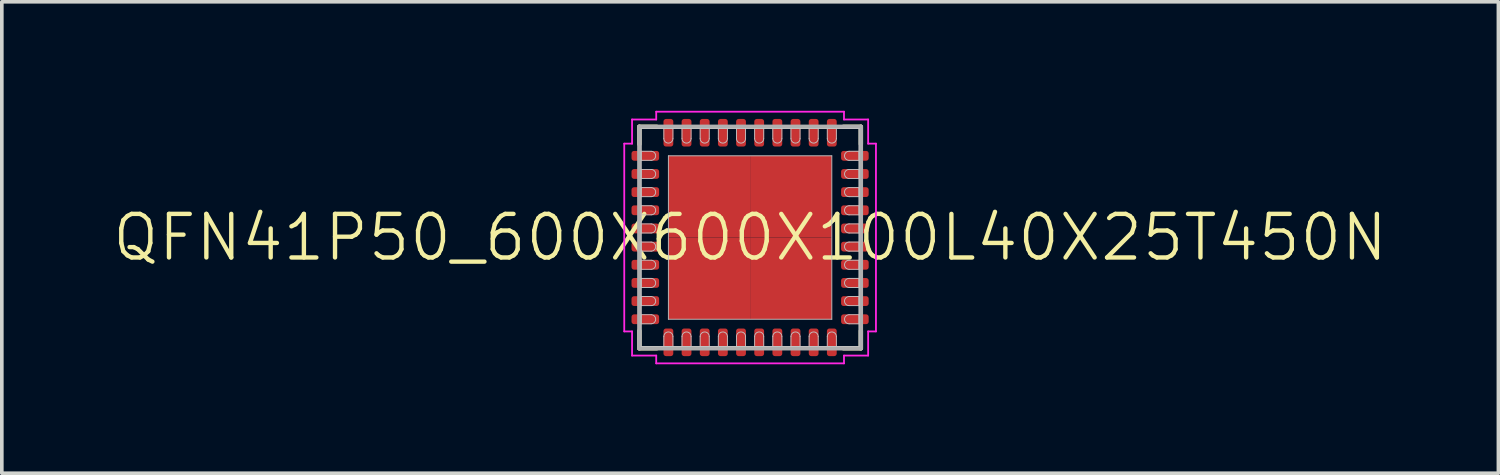
<source format=kicad_pcb>
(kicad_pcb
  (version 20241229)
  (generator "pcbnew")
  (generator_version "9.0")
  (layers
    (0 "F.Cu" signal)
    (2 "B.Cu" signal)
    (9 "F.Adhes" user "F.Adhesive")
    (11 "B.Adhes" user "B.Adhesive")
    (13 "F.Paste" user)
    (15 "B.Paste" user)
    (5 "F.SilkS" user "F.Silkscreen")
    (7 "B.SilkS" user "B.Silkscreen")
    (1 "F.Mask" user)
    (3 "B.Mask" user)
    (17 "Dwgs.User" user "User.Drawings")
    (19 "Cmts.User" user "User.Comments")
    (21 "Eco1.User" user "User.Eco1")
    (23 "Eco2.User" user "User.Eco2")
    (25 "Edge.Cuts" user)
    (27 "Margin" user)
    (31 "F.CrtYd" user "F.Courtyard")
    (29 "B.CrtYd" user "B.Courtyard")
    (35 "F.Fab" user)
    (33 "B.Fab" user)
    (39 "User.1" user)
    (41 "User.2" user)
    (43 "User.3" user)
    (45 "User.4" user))
  (footprint "QFN41P50_600X600X100L40X25T450N"
    (layer "F.Cu")
    (at 17.603 3.49)
    (property "Reference" "QFN41P50_600X600X100L40X25T450N" (at 0 0 0) (layer "F.SilkS") (effects (font (size 1.2 1.2) (thickness 0.12))))
    (attr smd)
    (fp_line (start -3.05 -3.05) (end -3.05 -2.57) (stroke (width 0.12) (type solid)) (layer "F.SilkS"))
    (fp_line (start -3.05 3.05) (end -3.05 2.57) (stroke (width 0.12) (type solid)) (layer "F.SilkS"))
    (fp_line (start -2.57 -3.05) (end -3.05 -3.05) (stroke (width 0.12) (type solid)) (layer "F.SilkS"))
    (fp_line (start -2.57 3.05) (end -3.05 3.05) (stroke (width 0.12) (type solid)) (layer "F.SilkS"))
    (fp_line (start 2.57 -3.05) (end 3.05 -3.05) (stroke (width 0.12) (type solid)) (layer "F.SilkS"))
    (fp_line (start 2.57 3.05) (end 3.05 3.05) (stroke (width 0.12) (type solid)) (layer "F.SilkS"))
    (fp_line (start 3.05 -3.05) (end 3.05 -2.57) (stroke (width 0.12) (type solid)) (layer "F.SilkS"))
    (fp_line (start 3.05 3.05) (end 3.05 2.57) (stroke (width 0.12) (type solid)) (layer "F.SilkS"))
    (fp_line (start -3 -3) (end 3 -3) (stroke (width 0.025) (type solid)) (layer "Dwgs.User"))
    (fp_line (start -3 -2.375) (end -3 -2.125) (stroke (width 0.025) (type solid)) (layer "Dwgs.User"))
    (fp_line (start -3 -2.125) (end -2.725 -2.125) (stroke (width 0.025) (type solid)) (layer "Dwgs.User"))
    (fp_line (start -3 -1.875) (end -3 -1.625) (stroke (width 0.025) (type solid)) (layer "Dwgs.User"))
    (fp_line (start -3 -1.625) (end -2.725 -1.625) (stroke (width 0.025) (type solid)) (layer "Dwgs.User"))
    (fp_line (start -3 -1.375) (end -3 -1.125) (stroke (width 0.025) (type solid)) (layer "Dwgs.User"))
    (fp_line (start -3 -1.125) (end -2.725 -1.125) (stroke (width 0.025) (type solid)) (layer "Dwgs.User"))
    (fp_line (start -3 -0.875) (end -3 -0.625) (stroke (width 0.025) (type solid)) (layer "Dwgs.User"))
    (fp_line (start -3 -0.625) (end -2.725 -0.625) (stroke (width 0.025) (type solid)) (layer "Dwgs.User"))
    (fp_line (start -3 -0.375) (end -3 -0.125) (stroke (width 0.025) (type solid)) (layer "Dwgs.User"))
    (fp_line (start -3 -0.125) (end -2.725 -0.125) (stroke (width 0.025) (type solid)) (layer "Dwgs.User"))
    (fp_line (start -3 0.125) (end -3 0.375) (stroke (width 0.025) (type solid)) (layer "Dwgs.User"))
    (fp_line (start -3 0.375) (end -2.725 0.375) (stroke (width 0.025) (type solid)) (layer "Dwgs.User"))
    (fp_line (start -3 0.625) (end -3 0.875) (stroke (width 0.025) (type solid)) (layer "Dwgs.User"))
    (fp_line (start -3 0.875) (end -2.725 0.875) (stroke (width 0.025) (type solid)) (layer "Dwgs.User"))
    (fp_line (start -3 1.125) (end -3 1.375) (stroke (width 0.025) (type solid)) (layer "Dwgs.User"))
    (fp_line (start -3 1.375) (end -2.725 1.375) (stroke (width 0.025) (type solid)) (layer "Dwgs.User"))
    (fp_line (start -3 1.625) (end -3 1.875) (stroke (width 0.025) (type solid)) (layer "Dwgs.User"))
    (fp_line (start -3 1.875) (end -2.725 1.875) (stroke (width 0.025) (type solid)) (layer "Dwgs.User"))
    (fp_line (start -3 2.125) (end -3 2.375) (stroke (width 0.025) (type solid)) (layer "Dwgs.User"))
    (fp_line (start -3 2.375) (end -2.725 2.375) (stroke (width 0.025) (type solid)) (layer "Dwgs.User"))
    (fp_line (start -3 3) (end -3 -3) (stroke (width 0.025) (type solid)) (layer "Dwgs.User"))
    (fp_line (start -2.725 -2.375) (end -3 -2.375) (stroke (width 0.025) (type solid)) (layer "Dwgs.User"))
    (fp_line (start -2.725 -1.875) (end -3 -1.875) (stroke (width 0.025) (type solid)) (layer "Dwgs.User"))
    (fp_line (start -2.725 -1.375) (end -3 -1.375) (stroke (width 0.025) (type solid)) (layer "Dwgs.User"))
    (fp_line (start -2.725 -0.875) (end -3 -0.875) (stroke (width 0.025) (type solid)) (layer "Dwgs.User"))
    (fp_line (start -2.725 -0.375) (end -3 -0.375) (stroke (width 0.025) (type solid)) (layer "Dwgs.User"))
    (fp_line (start -2.725 0.125) (end -3 0.125) (stroke (width 0.025) (type solid)) (layer "Dwgs.User"))
    (fp_line (start -2.725 0.625) (end -3 0.625) (stroke (width 0.025) (type solid)) (layer "Dwgs.User"))
    (fp_line (start -2.725 1.125) (end -3 1.125) (stroke (width 0.025) (type solid)) (layer "Dwgs.User"))
    (fp_line (start -2.725 1.625) (end -3 1.625) (stroke (width 0.025) (type solid)) (layer "Dwgs.User"))
    (fp_line (start -2.725 2.125) (end -3 2.125) (stroke (width 0.025) (type solid)) (layer "Dwgs.User"))
    (fp_line (start -2.375 -3) (end -2.375 -2.725) (stroke (width 0.025) (type solid)) (layer "Dwgs.User"))
    (fp_line (start -2.375 2.725) (end -2.375 3) (stroke (width 0.025) (type solid)) (layer "Dwgs.User"))
    (fp_line (start -2.375 3) (end -2.125 3) (stroke (width 0.025) (type solid)) (layer "Dwgs.User"))
    (fp_line (start -2.25 -2.25) (end 2.25 -2.25) (stroke (width 0.025) (type solid)) (layer "Dwgs.User"))
    (fp_line (start -2.25 2.25) (end -2.25 -2.25) (stroke (width 0.025) (type solid)) (layer "Dwgs.User"))
    (fp_line (start -2.125 -3) (end -2.375 -3) (stroke (width 0.025) (type solid)) (layer "Dwgs.User"))
    (fp_line (start -2.125 -2.725) (end -2.125 -3) (stroke (width 0.025) (type solid)) (layer "Dwgs.User"))
    (fp_line (start -2.125 3) (end -2.125 2.725) (stroke (width 0.025) (type solid)) (layer "Dwgs.User"))
    (fp_line (start -1.875 -3) (end -1.875 -2.725) (stroke (width 0.025) (type solid)) (layer "Dwgs.User"))
    (fp_line (start -1.875 2.725) (end -1.875 3) (stroke (width 0.025) (type solid)) (layer "Dwgs.User"))
    (fp_line (start -1.875 3) (end -1.625 3) (stroke (width 0.025) (type solid)) (layer "Dwgs.User"))
    (fp_line (start -1.625 -3) (end -1.875 -3) (stroke (width 0.025) (type solid)) (layer "Dwgs.User"))
    (fp_line (start -1.625 -2.725) (end -1.625 -3) (stroke (width 0.025) (type solid)) (layer "Dwgs.User"))
    (fp_line (start -1.625 3) (end -1.625 2.725) (stroke (width 0.025) (type solid)) (layer "Dwgs.User"))
    (fp_line (start -1.375 -3) (end -1.375 -2.725) (stroke (width 0.025) (type solid)) (layer "Dwgs.User"))
    (fp_line (start -1.375 2.725) (end -1.375 3) (stroke (width 0.025) (type solid)) (layer "Dwgs.User"))
    (fp_line (start -1.375 3) (end -1.125 3) (stroke (width 0.025) (type solid)) (layer "Dwgs.User"))
    (fp_line (start -1.125 -3) (end -1.375 -3) (stroke (width 0.025) (type solid)) (layer "Dwgs.User"))
    (fp_line (start -1.125 -2.725) (end -1.125 -3) (stroke (width 0.025) (type solid)) (layer "Dwgs.User"))
    (fp_line (start -1.125 3) (end -1.125 2.725) (stroke (width 0.025) (type solid)) (layer "Dwgs.User"))
    (fp_line (start -0.875 -3) (end -0.875 -2.725) (stroke (width 0.025) (type solid)) (layer "Dwgs.User"))
    (fp_line (start -0.875 2.725) (end -0.875 3) (stroke (width 0.025) (type solid)) (layer "Dwgs.User"))
    (fp_line (start -0.875 3) (end -0.625 3) (stroke (width 0.025) (type solid)) (layer "Dwgs.User"))
    (fp_line (start -0.625 -3) (end -0.875 -3) (stroke (width 0.025) (type solid)) (layer "Dwgs.User"))
    (fp_line (start -0.625 -2.725) (end -0.625 -3) (stroke (width 0.025) (type solid)) (layer "Dwgs.User"))
    (fp_line (start -0.625 3) (end -0.625 2.725) (stroke (width 0.025) (type solid)) (layer "Dwgs.User"))
    (fp_line (start -0.375 -3) (end -0.375 -2.725) (stroke (width 0.025) (type solid)) (layer "Dwgs.User"))
    (fp_line (start -0.375 2.725) (end -0.375 3) (stroke (width 0.025) (type solid)) (layer "Dwgs.User"))
    (fp_line (start -0.375 3) (end -0.125 3) (stroke (width 0.025) (type solid)) (layer "Dwgs.User"))
    (fp_line (start -0.125 -3) (end -0.375 -3) (stroke (width 0.025) (type solid)) (layer "Dwgs.User"))
    (fp_line (start -0.125 -2.725) (end -0.125 -3) (stroke (width 0.025) (type solid)) (layer "Dwgs.User"))
    (fp_line (start -0.125 3) (end -0.125 2.725) (stroke (width 0.025) (type solid)) (layer "Dwgs.User"))
    (fp_line (start 0.125 -3) (end 0.125 -2.725) (stroke (width 0.025) (type solid)) (layer "Dwgs.User"))
    (fp_line (start 0.125 2.725) (end 0.125 3) (stroke (width 0.025) (type solid)) (layer "Dwgs.User"))
    (fp_line (start 0.125 3) (end 0.375 3) (stroke (width 0.025) (type solid)) (layer "Dwgs.User"))
    (fp_line (start 0.375 -3) (end 0.125 -3) (stroke (width 0.025) (type solid)) (layer "Dwgs.User"))
    (fp_line (start 0.375 -2.725) (end 0.375 -3) (stroke (width 0.025) (type solid)) (layer "Dwgs.User"))
    (fp_line (start 0.375 3) (end 0.375 2.725) (stroke (width 0.025) (type solid)) (layer "Dwgs.User"))
    (fp_line (start 0.625 -3) (end 0.625 -2.725) (stroke (width 0.025) (type solid)) (layer "Dwgs.User"))
    (fp_line (start 0.625 2.725) (end 0.625 3) (stroke (width 0.025) (type solid)) (layer "Dwgs.User"))
    (fp_line (start 0.625 3) (end 0.875 3) (stroke (width 0.025) (type solid)) (layer "Dwgs.User"))
    (fp_line (start 0.875 -3) (end 0.625 -3) (stroke (width 0.025) (type solid)) (layer "Dwgs.User"))
    (fp_line (start 0.875 -2.725) (end 0.875 -3) (stroke (width 0.025) (type solid)) (layer "Dwgs.User"))
    (fp_line (start 0.875 3) (end 0.875 2.725) (stroke (width 0.025) (type solid)) (layer "Dwgs.User"))
    (fp_line (start 1.125 -3) (end 1.125 -2.725) (stroke (width 0.025) (type solid)) (layer "Dwgs.User"))
    (fp_line (start 1.125 2.725) (end 1.125 3) (stroke (width 0.025) (type solid)) (layer "Dwgs.User"))
    (fp_line (start 1.125 3) (end 1.375 3) (stroke (width 0.025) (type solid)) (layer "Dwgs.User"))
    (fp_line (start 1.375 -3) (end 1.125 -3) (stroke (width 0.025) (type solid)) (layer "Dwgs.User"))
    (fp_line (start 1.375 -2.725) (end 1.375 -3) (stroke (width 0.025) (type solid)) (layer "Dwgs.User"))
    (fp_line (start 1.375 3) (end 1.375 2.725) (stroke (width 0.025) (type solid)) (layer "Dwgs.User"))
    (fp_line (start 1.625 -3) (end 1.625 -2.725) (stroke (width 0.025) (type solid)) (layer "Dwgs.User"))
    (fp_line (start 1.625 2.725) (end 1.625 3) (stroke (width 0.025) (type solid)) (layer "Dwgs.User"))
    (fp_line (start 1.625 3) (end 1.875 3) (stroke (width 0.025) (type solid)) (layer "Dwgs.User"))
    (fp_line (start 1.875 -3) (end 1.625 -3) (stroke (width 0.025) (type solid)) (layer "Dwgs.User"))
    (fp_line (start 1.875 -2.725) (end 1.875 -3) (stroke (width 0.025) (type solid)) (layer "Dwgs.User"))
    (fp_line (start 1.875 3) (end 1.875 2.725) (stroke (width 0.025) (type solid)) (layer "Dwgs.User"))
    (fp_line (start 2.125 -3) (end 2.125 -2.725) (stroke (width 0.025) (type solid)) (layer "Dwgs.User"))
    (fp_line (start 2.125 2.725) (end 2.125 3) (stroke (width 0.025) (type solid)) (layer "Dwgs.User"))
    (fp_line (start 2.125 3) (end 2.375 3) (stroke (width 0.025) (type solid)) (layer "Dwgs.User"))
    (fp_line (start 2.25 -2.25) (end 2.25 2.25) (stroke (width 0.025) (type solid)) (layer "Dwgs.User"))
    (fp_line (start 2.25 2.25) (end -2.25 2.25) (stroke (width 0.025) (type solid)) (layer "Dwgs.User"))
    (fp_line (start 2.375 -3) (end 2.125 -3) (stroke (width 0.025) (type solid)) (layer "Dwgs.User"))
    (fp_line (start 2.375 -2.725) (end 2.375 -3) (stroke (width 0.025) (type solid)) (layer "Dwgs.User"))
    (fp_line (start 2.375 3) (end 2.375 2.725) (stroke (width 0.025) (type solid)) (layer "Dwgs.User"))
    (fp_line (start 2.725 -2.125) (end 3 -2.125) (stroke (width 0.025) (type solid)) (layer "Dwgs.User"))
    (fp_line (start 2.725 -1.625) (end 3 -1.625) (stroke (width 0.025) (type solid)) (layer "Dwgs.User"))
    (fp_line (start 2.725 -1.125) (end 3 -1.125) (stroke (width 0.025) (type solid)) (layer "Dwgs.User"))
    (fp_line (start 2.725 -0.625) (end 3 -0.625) (stroke (width 0.025) (type solid)) (layer "Dwgs.User"))
    (fp_line (start 2.725 -0.125) (end 3 -0.125) (stroke (width 0.025) (type solid)) (layer "Dwgs.User"))
    (fp_line (start 2.725 0.375) (end 3 0.375) (stroke (width 0.025) (type solid)) (layer "Dwgs.User"))
    (fp_line (start 2.725 0.875) (end 3 0.875) (stroke (width 0.025) (type solid)) (layer "Dwgs.User"))
    (fp_line (start 2.725 1.375) (end 3 1.375) (stroke (width 0.025) (type solid)) (layer "Dwgs.User"))
    (fp_line (start 2.725 1.875) (end 3 1.875) (stroke (width 0.025) (type solid)) (layer "Dwgs.User"))
    (fp_line (start 2.725 2.375) (end 3 2.375) (stroke (width 0.025) (type solid)) (layer "Dwgs.User"))
    (fp_line (start 3 -3) (end 3 3) (stroke (width 0.025) (type solid)) (layer "Dwgs.User"))
    (fp_line (start 3 -2.375) (end 2.725 -2.375) (stroke (width 0.025) (type solid)) (layer "Dwgs.User"))
    (fp_line (start 3 -2.125) (end 3 -2.375) (stroke (width 0.025) (type solid)) (layer "Dwgs.User"))
    (fp_line (start 3 -1.875) (end 2.725 -1.875) (stroke (width 0.025) (type solid)) (layer "Dwgs.User"))
    (fp_line (start 3 -1.625) (end 3 -1.875) (stroke (width 0.025) (type solid)) (layer "Dwgs.User"))
    (fp_line (start 3 -1.375) (end 2.725 -1.375) (stroke (width 0.025) (type solid)) (layer "Dwgs.User"))
    (fp_line (start 3 -1.125) (end 3 -1.375) (stroke (width 0.025) (type solid)) (layer "Dwgs.User"))
    (fp_line (start 3 -0.875) (end 2.725 -0.875) (stroke (width 0.025) (type solid)) (layer "Dwgs.User"))
    (fp_line (start 3 -0.625) (end 3 -0.875) (stroke (width 0.025) (type solid)) (layer "Dwgs.User"))
    (fp_line (start 3 -0.375) (end 2.725 -0.375) (stroke (width 0.025) (type solid)) (layer "Dwgs.User"))
    (fp_line (start 3 -0.125) (end 3 -0.375) (stroke (width 0.025) (type solid)) (layer "Dwgs.User"))
    (fp_line (start 3 0.125) (end 2.725 0.125) (stroke (width 0.025) (type solid)) (layer "Dwgs.User"))
    (fp_line (start 3 0.375) (end 3 0.125) (stroke (width 0.025) (type solid)) (layer "Dwgs.User"))
    (fp_line (start 3 0.625) (end 2.725 0.625) (stroke (width 0.025) (type solid)) (layer "Dwgs.User"))
    (fp_line (start 3 0.875) (end 3 0.625) (stroke (width 0.025) (type solid)) (layer "Dwgs.User"))
    (fp_line (start 3 1.125) (end 2.725 1.125) (stroke (width 0.025) (type solid)) (layer "Dwgs.User"))
    (fp_line (start 3 1.375) (end 3 1.125) (stroke (width 0.025) (type solid)) (layer "Dwgs.User"))
    (fp_line (start 3 1.625) (end 2.725 1.625) (stroke (width 0.025) (type solid)) (layer "Dwgs.User"))
    (fp_line (start 3 1.875) (end 3 1.625) (stroke (width 0.025) (type solid)) (layer "Dwgs.User"))
    (fp_line (start 3 2.125) (end 2.725 2.125) (stroke (width 0.025) (type solid)) (layer "Dwgs.User"))
    (fp_line (start 3 2.375) (end 3 2.125) (stroke (width 0.025) (type solid)) (layer "Dwgs.User"))
    (fp_line (start 3 3) (end -3 3) (stroke (width 0.025) (type solid)) (layer "Dwgs.User"))
    (fp_arc (start -2.725 -2.375) (mid -2.6 -2.25) (end -2.725 -2.125) (stroke (width 0.025) (type solid)) (layer "Dwgs.User"))
    (fp_arc (start -2.725 -1.875) (mid -2.6 -1.75) (end -2.725 -1.625) (stroke (width 0.025) (type solid)) (layer "Dwgs.User"))
    (fp_arc (start -2.725 -1.375) (mid -2.6 -1.25) (end -2.725 -1.125) (stroke (width 0.025) (type solid)) (layer "Dwgs.User"))
    (fp_arc (start -2.725 -0.875) (mid -2.6 -0.75) (end -2.725 -0.625) (stroke (width 0.025) (type solid)) (layer "Dwgs.User"))
    (fp_arc (start -2.725 -0.375) (mid -2.6 -0.25) (end -2.725 -0.125) (stroke (width 0.025) (type solid)) (layer "Dwgs.User"))
    (fp_arc (start -2.725 0.125) (mid -2.6 0.25) (end -2.725 0.375) (stroke (width 0.025) (type solid)) (layer "Dwgs.User"))
    (fp_arc (start -2.725 0.625) (mid -2.6 0.75) (end -2.725 0.875) (stroke (width 0.025) (type solid)) (layer "Dwgs.User"))
    (fp_arc (start -2.725 1.125) (mid -2.6 1.25) (end -2.725 1.375) (stroke (width 0.025) (type solid)) (layer "Dwgs.User"))
    (fp_arc (start -2.725 1.625) (mid -2.6 1.75) (end -2.725 1.875) (stroke (width 0.025) (type solid)) (layer "Dwgs.User"))
    (fp_arc (start -2.725 2.125) (mid -2.6 2.25) (end -2.725 2.375) (stroke (width 0.025) (type solid)) (layer "Dwgs.User"))
    (fp_arc (start -2.375 2.725) (mid -2.25 2.6) (end -2.125 2.725) (stroke (width 0.025) (type solid)) (layer "Dwgs.User"))
    (fp_arc (start -2.125 -2.725) (mid -2.25 -2.6) (end -2.375 -2.725) (stroke (width 0.025) (type solid)) (layer "Dwgs.User"))
    (fp_arc (start -1.875 2.725) (mid -1.75 2.6) (end -1.625 2.725) (stroke (width 0.025) (type solid)) (layer "Dwgs.User"))
    (fp_arc (start -1.625 -2.725) (mid -1.75 -2.6) (end -1.875 -2.725) (stroke (width 0.025) (type solid)) (layer "Dwgs.User"))
    (fp_arc (start -1.375 2.725) (mid -1.25 2.6) (end -1.125 2.725) (stroke (width 0.025) (type solid)) (layer "Dwgs.User"))
    (fp_arc (start -1.125 -2.725) (mid -1.25 -2.6) (end -1.375 -2.725) (stroke (width 0.025) (type solid)) (layer "Dwgs.User"))
    (fp_arc (start -0.875 2.725) (mid -0.75 2.6) (end -0.625 2.725) (stroke (width 0.025) (type solid)) (layer "Dwgs.User"))
    (fp_arc (start -0.625 -2.725) (mid -0.75 -2.6) (end -0.875 -2.725) (stroke (width 0.025) (type solid)) (layer "Dwgs.User"))
    (fp_arc (start -0.375 2.725) (mid -0.25 2.6) (end -0.125 2.725) (stroke (width 0.025) (type solid)) (layer "Dwgs.User"))
    (fp_arc (start -0.125 -2.725) (mid -0.25 -2.6) (end -0.375 -2.725) (stroke (width 0.025) (type solid)) (layer "Dwgs.User"))
    (fp_arc (start 0.125 2.725) (mid 0.25 2.6) (end 0.375 2.725) (stroke (width 0.025) (type solid)) (layer "Dwgs.User"))
    (fp_arc (start 0.375 -2.725) (mid 0.25 -2.6) (end 0.125 -2.725) (stroke (width 0.025) (type solid)) (layer "Dwgs.User"))
    (fp_arc (start 0.625 2.725) (mid 0.75 2.6) (end 0.875 2.725) (stroke (width 0.025) (type solid)) (layer "Dwgs.User"))
    (fp_arc (start 0.875 -2.725) (mid 0.75 -2.6) (end 0.625 -2.725) (stroke (width 0.025) (type solid)) (layer "Dwgs.User"))
    (fp_arc (start 1.125 2.725) (mid 1.25 2.6) (end 1.375 2.725) (stroke (width 0.025) (type solid)) (layer "Dwgs.User"))
    (fp_arc (start 1.375 -2.725) (mid 1.25 -2.6) (end 1.125 -2.725) (stroke (width 0.025) (type solid)) (layer "Dwgs.User"))
    (fp_arc (start 1.625 2.725) (mid 1.75 2.6) (end 1.875 2.725) (stroke (width 0.025) (type solid)) (layer "Dwgs.User"))
    (fp_arc (start 1.875 -2.725) (mid 1.75 -2.6) (end 1.625 -2.725) (stroke (width 0.025) (type solid)) (layer "Dwgs.User"))
    (fp_arc (start 2.125 2.725) (mid 2.25 2.6) (end 2.375 2.725) (stroke (width 0.025) (type solid)) (layer "Dwgs.User"))
    (fp_arc (start 2.375 -2.725) (mid 2.25 -2.6) (end 2.125 -2.725) (stroke (width 0.025) (type solid)) (layer "Dwgs.User"))
    (fp_arc (start 2.725 -2.125) (mid 2.6 -2.25) (end 2.725 -2.375) (stroke (width 0.025) (type solid)) (layer "Dwgs.User"))
    (fp_arc (start 2.725 -1.625) (mid 2.6 -1.75) (end 2.725 -1.875) (stroke (width 0.025) (type solid)) (layer "Dwgs.User"))
    (fp_arc (start 2.725 -1.125) (mid 2.6 -1.25) (end 2.725 -1.375) (stroke (width 0.025) (type solid)) (layer "Dwgs.User"))
    (fp_arc (start 2.725 -0.625) (mid 2.6 -0.75) (end 2.725 -0.875) (stroke (width 0.025) (type solid)) (layer "Dwgs.User"))
    (fp_arc (start 2.725 -0.125) (mid 2.6 -0.25) (end 2.725 -0.375) (stroke (width 0.025) (type solid)) (layer "Dwgs.User"))
    (fp_arc (start 2.725 0.375) (mid 2.6 0.25) (end 2.725 0.125) (stroke (width 0.025) (type solid)) (layer "Dwgs.User"))
    (fp_arc (start 2.725 0.875) (mid 2.6 0.75) (end 2.725 0.625) (stroke (width 0.025) (type solid)) (layer "Dwgs.User"))
    (fp_arc (start 2.725 1.375) (mid 2.6 1.25) (end 2.725 1.125) (stroke (width 0.025) (type solid)) (layer "Dwgs.User"))
    (fp_arc (start 2.725 1.875) (mid 2.6 1.75) (end 2.725 1.625) (stroke (width 0.025) (type solid)) (layer "Dwgs.User"))
    (fp_arc (start 2.725 2.375) (mid 2.6 2.25) (end 2.725 2.125) (stroke (width 0.025) (type solid)) (layer "Dwgs.User"))
    (fp_line (start -3.465 -2.585) (end -3.465 2.585) (stroke (width 0.05) (type solid)) (layer "F.CrtYd"))
    (fp_line (start -3.465 2.585) (end -3.25 2.585) (stroke (width 0.05) (type solid)) (layer "F.CrtYd"))
    (fp_line (start -3.25 -3.25) (end -3.25 -2.585) (stroke (width 0.05) (type solid)) (layer "F.CrtYd"))
    (fp_line (start -3.25 -2.585) (end -3.465 -2.585) (stroke (width 0.05) (type solid)) (layer "F.CrtYd"))
    (fp_line (start -3.25 2.585) (end -3.25 3.25) (stroke (width 0.05) (type solid)) (layer "F.CrtYd"))
    (fp_line (start -3.25 3.25) (end -2.585 3.25) (stroke (width 0.05) (type solid)) (layer "F.CrtYd"))
    (fp_line (start -2.585 -3.465) (end -2.585 -3.25) (stroke (width 0.05) (type solid)) (layer "F.CrtYd"))
    (fp_line (start -2.585 -3.25) (end -3.25 -3.25) (stroke (width 0.05) (type solid)) (layer "F.CrtYd"))
    (fp_line (start -2.585 3.25) (end -2.585 3.465) (stroke (width 0.05) (type solid)) (layer "F.CrtYd"))
    (fp_line (start -2.585 3.465) (end 2.585 3.465) (stroke (width 0.05) (type solid)) (layer "F.CrtYd"))
    (fp_line (start 2.585 -3.465) (end -2.585 -3.465) (stroke (width 0.05) (type solid)) (layer "F.CrtYd"))
    (fp_line (start 2.585 -3.25) (end 2.585 -3.465) (stroke (width 0.05) (type solid)) (layer "F.CrtYd"))
    (fp_line (start 2.585 3.25) (end 3.25 3.25) (stroke (width 0.05) (type solid)) (layer "F.CrtYd"))
    (fp_line (start 2.585 3.465) (end 2.585 3.25) (stroke (width 0.05) (type solid)) (layer "F.CrtYd"))
    (fp_line (start 3.25 -3.25) (end 2.585 -3.25) (stroke (width 0.05) (type solid)) (layer "F.CrtYd"))
    (fp_line (start 3.25 -2.585) (end 3.25 -3.25) (stroke (width 0.05) (type solid)) (layer "F.CrtYd"))
    (fp_line (start 3.25 2.585) (end 3.465 2.585) (stroke (width 0.05) (type solid)) (layer "F.CrtYd"))
    (fp_line (start 3.25 3.25) (end 3.25 2.585) (stroke (width 0.05) (type solid)) (layer "F.CrtYd"))
    (fp_line (start 3.465 -2.585) (end 3.25 -2.585) (stroke (width 0.05) (type solid)) (layer "F.CrtYd"))
    (fp_line (start 3.465 2.585) (end 3.465 -2.585) (stroke (width 0.05) (type solid)) (layer "F.CrtYd"))
    (fp_line (start -3.05 -3.05) (end 3.05 -3.05) (stroke (width 0.12) (type solid)) (layer "F.Fab"))
    (fp_line (start -3.05 3.05) (end -3.05 -3.05) (stroke (width 0.12) (type solid)) (layer "F.Fab"))
    (fp_line (start 3.05 -3.05) (end 3.05 3.05) (stroke (width 0.12) (type solid)) (layer "F.Fab"))
    (fp_line (start 3.05 3.05) (end -3.05 3.05) (stroke (width 0.12) (type solid)) (layer "F.Fab"))
    (pad "" smd rect (at -1.125 -1.125 90) (size 1.59 1.59) (layers "F.Paste"))
    (pad "" smd rect (at -1.125 1.125 90) (size 1.59 1.59) (layers "F.Paste"))
    (pad "" smd rect (at 1.125 -1.125 90) (size 1.59 1.59) (layers "F.Paste"))
    (pad "" smd rect (at 1.125 1.125 90) (size 1.59 1.59) (layers "F.Paste"))
    (pad "1" smd roundrect (at -2.25 2.885 90) (size 0.76 0.27) (layers "F.Cu" "F.Mask" "F.Paste") (roundrect_rratio 0.259))
    (pad "2" smd roundrect (at -1.75 2.885 90) (size 0.76 0.27) (layers "F.Cu" "F.Mask" "F.Paste") (roundrect_rratio 0.259))
    (pad "3" smd roundrect (at -1.25 2.885 90) (size 0.76 0.27) (layers "F.Cu" "F.Mask" "F.Paste") (roundrect_rratio 0.259))
    (pad "4" smd roundrect (at -0.75 2.885 90) (size 0.76 0.27) (layers "F.Cu" "F.Mask" "F.Paste") (roundrect_rratio 0.259))
    (pad "5" smd roundrect (at -0.25 2.885 90) (size 0.76 0.27) (layers "F.Cu" "F.Mask" "F.Paste") (roundrect_rratio 0.259))
    (pad "6" smd roundrect (at 0.25 2.885 90) (size 0.76 0.27) (layers "F.Cu" "F.Mask" "F.Paste") (roundrect_rratio 0.259))
    (pad "7" smd roundrect (at 0.75 2.885 90) (size 0.76 0.27) (layers "F.Cu" "F.Mask" "F.Paste") (roundrect_rratio 0.259))
    (pad "8" smd roundrect (at 1.25 2.885 90) (size 0.76 0.27) (layers "F.Cu" "F.Mask" "F.Paste") (roundrect_rratio 0.259))
    (pad "9" smd roundrect (at 1.75 2.885 90) (size 0.76 0.27) (layers "F.Cu" "F.Mask" "F.Paste") (roundrect_rratio 0.259))
    (pad "10" smd roundrect (at 2.25 2.885 90) (size 0.76 0.27) (layers "F.Cu" "F.Mask" "F.Paste") (roundrect_rratio 0.259))
    (pad "11" smd roundrect (at 2.885 2.25) (size 0.76 0.27) (layers "F.Cu" "F.Mask" "F.Paste") (roundrect_rratio 0.259))
    (pad "12" smd roundrect (at 2.885 1.75) (size 0.76 0.27) (layers "F.Cu" "F.Mask" "F.Paste") (roundrect_rratio 0.259))
    (pad "13" smd roundrect (at 2.885 1.25) (size 0.76 0.27) (layers "F.Cu" "F.Mask" "F.Paste") (roundrect_rratio 0.259))
    (pad "14" smd roundrect (at 2.885 0.75) (size 0.76 0.27) (layers "F.Cu" "F.Mask" "F.Paste") (roundrect_rratio 0.259))
    (pad "15" smd roundrect (at 2.885 0.25) (size 0.76 0.27) (layers "F.Cu" "F.Mask" "F.Paste") (roundrect_rratio 0.259))
    (pad "16" smd roundrect (at 2.885 -0.25) (size 0.76 0.27) (layers "F.Cu" "F.Mask" "F.Paste") (roundrect_rratio 0.259))
    (pad "17" smd roundrect (at 2.885 -0.75) (size 0.76 0.27) (layers "F.Cu" "F.Mask" "F.Paste") (roundrect_rratio 0.259))
    (pad "18" smd roundrect (at 2.885 -1.25) (size 0.76 0.27) (layers "F.Cu" "F.Mask" "F.Paste") (roundrect_rratio 0.259))
    (pad "19" smd roundrect (at 2.885 -1.75) (size 0.76 0.27) (layers "F.Cu" "F.Mask" "F.Paste") (roundrect_rratio 0.259))
    (pad "20" smd roundrect (at 2.885 -2.25) (size 0.76 0.27) (layers "F.Cu" "F.Mask" "F.Paste") (roundrect_rratio 0.259))
    (pad "21" smd roundrect (at 2.25 -2.885 90) (size 0.76 0.27) (layers "F.Cu" "F.Mask" "F.Paste") (roundrect_rratio 0.259))
    (pad "22" smd roundrect (at 1.75 -2.885 90) (size 0.76 0.27) (layers "F.Cu" "F.Mask" "F.Paste") (roundrect_rratio 0.259))
    (pad "23" smd roundrect (at 1.25 -2.885 90) (size 0.76 0.27) (layers "F.Cu" "F.Mask" "F.Paste") (roundrect_rratio 0.259))
    (pad "24" smd roundrect (at 0.75 -2.885 90) (size 0.76 0.27) (layers "F.Cu" "F.Mask" "F.Paste") (roundrect_rratio 0.259))
    (pad "25" smd roundrect (at 0.25 -2.885 90) (size 0.76 0.27) (layers "F.Cu" "F.Mask" "F.Paste") (roundrect_rratio 0.259))
    (pad "26" smd roundrect (at -0.25 -2.885 90) (size 0.76 0.27) (layers "F.Cu" "F.Mask" "F.Paste") (roundrect_rratio 0.259))
    (pad "27" smd roundrect (at -0.75 -2.885 90) (size 0.76 0.27) (layers "F.Cu" "F.Mask" "F.Paste") (roundrect_rratio 0.259))
    (pad "28" smd roundrect (at -1.25 -2.885 90) (size 0.76 0.27) (layers "F.Cu" "F.Mask" "F.Paste") (roundrect_rratio 0.259))
    (pad "29" smd roundrect (at -1.75 -2.885 90) (size 0.76 0.27) (layers "F.Cu" "F.Mask" "F.Paste") (roundrect_rratio 0.259))
    (pad "30" smd roundrect (at -2.25 -2.885 90) (size 0.76 0.27) (layers "F.Cu" "F.Mask" "F.Paste") (roundrect_rratio 0.259))
    (pad "31" smd roundrect (at -2.885 -2.25) (size 0.76 0.27) (layers "F.Cu" "F.Mask" "F.Paste") (roundrect_rratio 0.259))
    (pad "32" smd roundrect (at -2.885 -1.75) (size 0.76 0.27) (layers "F.Cu" "F.Mask" "F.Paste") (roundrect_rratio 0.259))
    (pad "33" smd roundrect (at -2.885 -1.25) (size 0.76 0.27) (layers "F.Cu" "F.Mask" "F.Paste") (roundrect_rratio 0.259))
    (pad "34" smd roundrect (at -2.885 -0.75) (size 0.76 0.27) (layers "F.Cu" "F.Mask" "F.Paste") (roundrect_rratio 0.259))
    (pad "35" smd roundrect (at -2.885 -0.25) (size 0.76 0.27) (layers "F.Cu" "F.Mask" "F.Paste") (roundrect_rratio 0.259))
    (pad "36" smd roundrect (at -2.885 0.25) (size 0.76 0.27) (layers "F.Cu" "F.Mask" "F.Paste") (roundrect_rratio 0.259))
    (pad "37" smd roundrect (at -2.885 0.75) (size 0.76 0.27) (layers "F.Cu" "F.Mask" "F.Paste") (roundrect_rratio 0.259))
    (pad "38" smd roundrect (at -2.885 1.25) (size 0.76 0.27) (layers "F.Cu" "F.Mask" "F.Paste") (roundrect_rratio 0.259))
    (pad "39" smd roundrect (at -2.885 1.75) (size 0.76 0.27) (layers "F.Cu" "F.Mask" "F.Paste") (roundrect_rratio 0.259))
    (pad "40" smd roundrect (at -2.885 2.25) (size 0.76 0.27) (layers "F.Cu" "F.Mask" "F.Paste") (roundrect_rratio 0.259))
    (pad "41" smd rect (at -1.125 -1.125) (size 2.25 2.25) (layers "F.Cu" "F.Mask" "F.Paste"))
    (pad "41" smd rect (at -1.125 1.125) (size 2.25 2.25) (layers "F.Cu" "F.Mask" "F.Paste"))
    (pad "41" smd rect (at 1.125 -1.125) (size 2.25 2.25) (layers "F.Cu" "F.Mask" "F.Paste"))
    (pad "41" smd rect (at 1.125 1.125) (size 2.25 2.25) (layers "F.Cu" "F.Mask" "F.Paste")))
  (gr_rect
    (start -3 -3)
    (end 38.206 9.98)
    (stroke (width 0.1) (type default))
    (fill no)
    (layer "Edge.Cuts")))
</source>
